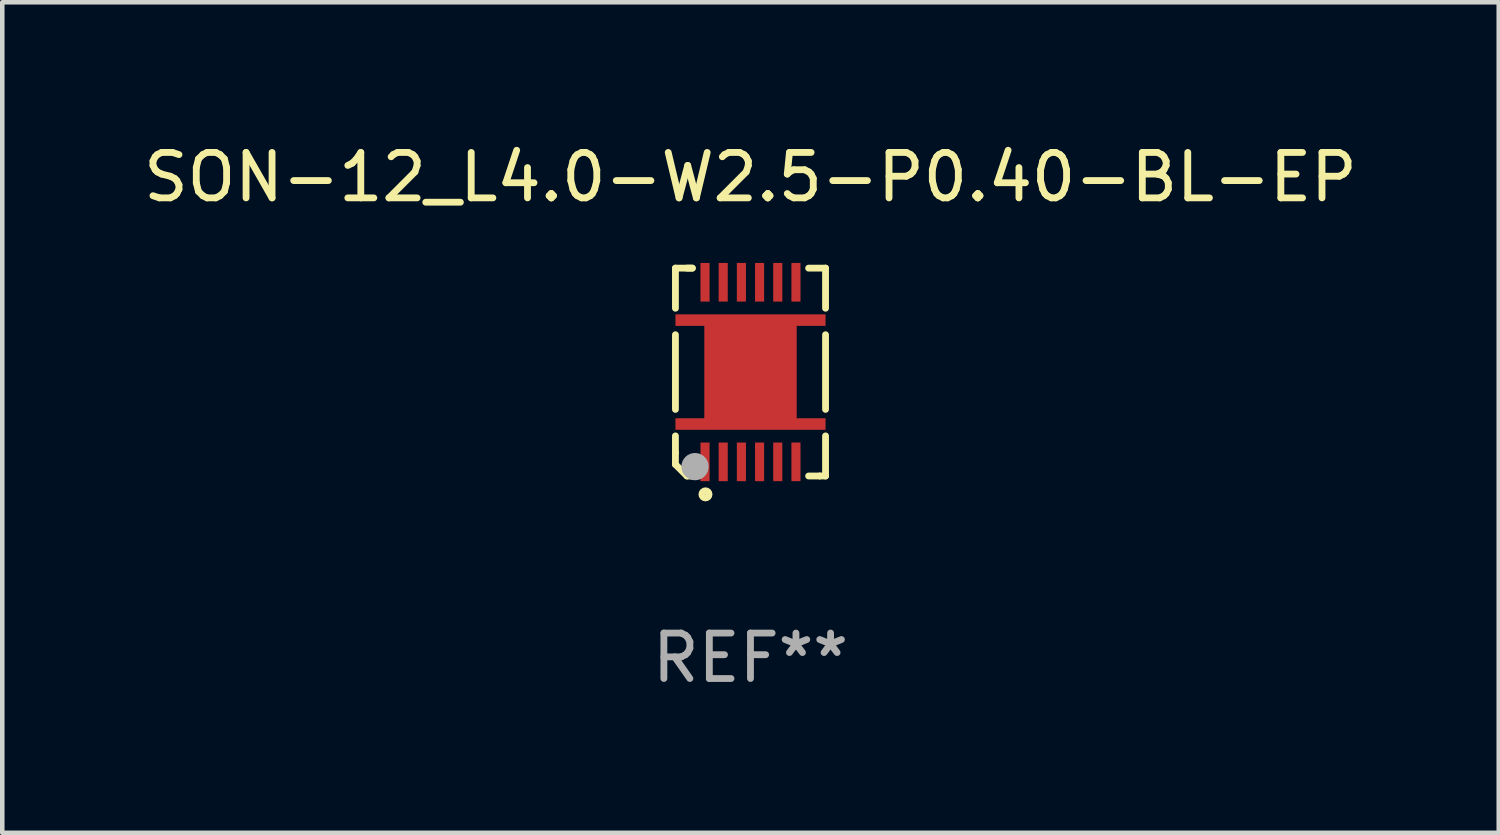
<source format=kicad_pcb>
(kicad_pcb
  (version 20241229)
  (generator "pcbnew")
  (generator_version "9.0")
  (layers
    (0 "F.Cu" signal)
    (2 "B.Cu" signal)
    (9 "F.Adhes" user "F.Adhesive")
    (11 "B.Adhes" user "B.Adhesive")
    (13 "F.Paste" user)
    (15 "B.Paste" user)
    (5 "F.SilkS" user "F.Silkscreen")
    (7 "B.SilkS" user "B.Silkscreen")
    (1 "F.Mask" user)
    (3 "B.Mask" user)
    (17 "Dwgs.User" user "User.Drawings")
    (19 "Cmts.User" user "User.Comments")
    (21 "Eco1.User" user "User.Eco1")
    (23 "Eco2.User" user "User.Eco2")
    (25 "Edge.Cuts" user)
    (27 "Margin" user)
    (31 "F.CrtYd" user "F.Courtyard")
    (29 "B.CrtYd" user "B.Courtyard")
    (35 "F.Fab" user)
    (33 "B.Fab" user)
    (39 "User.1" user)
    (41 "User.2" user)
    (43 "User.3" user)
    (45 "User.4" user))
  (footprint "SON-12_L4.0-W2.5-P0.40-BL-EP"
    (layer "F.Cu")
    (at 13.458 5.134)
    (property "Reference" "SON-12_L4.0-W2.5-P0.40-BL-EP" (at -0.000064 -4.286 0) (layer "F.SilkS") (effects (font (size 1 1) (thickness 0.15))))
    (attr smd)
    (fp_line (start -1.651 -2.286) (end -1.651 -1.404) (stroke (width 0.15) (type solid)) (layer "F.SilkS"))
    (fp_line (start -1.651 -0.821) (end -1.651 0.821) (stroke (width 0.15) (type solid)) (layer "F.SilkS"))
    (fp_line (start -1.651 1.404) (end -1.651 1.778) (stroke (width 0.15) (type solid)) (layer "F.SilkS"))
    (fp_line (start -1.651 1.778) (end -1.651 2.032) (stroke (width 0.15) (type solid)) (layer "F.SilkS"))
    (fp_line (start -1.651 2.032) (end -1.397 2.286) (stroke (width 0.15) (type solid)) (layer "F.SilkS"))
    (fp_line (start -1.397 2.286) (end -1.279 2.286) (stroke (width 0.15) (type solid)) (layer "F.SilkS"))
    (fp_line (start -1.279 -2.286) (end -1.651 -2.286) (stroke (width 0.15) (type solid)) (layer "F.SilkS"))
    (fp_line (start -1.279 -2.286) (end -1.397 -2.286) (stroke (width 0.15) (type solid)) (layer "F.SilkS"))
    (fp_line (start 1.279 2.286) (end 1.524 2.286) (stroke (width 0.15) (type solid)) (layer "F.SilkS"))
    (fp_line (start 1.524 2.286) (end 1.651 2.286) (stroke (width 0.15) (type solid)) (layer "F.SilkS"))
    (fp_line (start 1.651 0.821) (end 1.651 -0.821) (stroke (width 0.15) (type solid)) (layer "F.SilkS"))
    (fp_line (start 1.651 2.286) (end 1.651 1.404) (stroke (width 0.15) (type solid)) (layer "F.SilkS"))
    (fp_line (start 1.651 -2.286) (end 1.279 -2.286) (stroke (width 0.15) (type solid)) (layer "F.SilkS"))
    (fp_line (start 1.651 -1.404) (end 1.651 -2.286) (stroke (width 0.15) (type solid)) (layer "F.SilkS"))
    (fp_circle (center -1.25 2) (end -1.22 2) (stroke (width 0.06) (type solid)) (fill no) (layer "F.SilkS"))
    (fp_circle (center -0.99 2.69) (end -0.911 2.69) (stroke (width 0.15) (type solid)) (fill no) (layer "F.SilkS"))
    (fp_circle (center -1.22 2.08) (end -1.07 2.08) (stroke (width 0.3) (type solid)) (fill no) (layer "F.Fab"))
    (fp_text user "REF**" (at -0.000064 6.286 0) (layer "F.Fab") (effects (font (size 1 1) (thickness 0.15))))
    (pad "1" smd rect (at -1 1.975) (size 0.2 0.85) (layers "F.Cu" "F.Mask" "F.Paste"))
    (pad "2" smd rect (at -0.6 1.975) (size 0.2 0.85) (layers "F.Cu" "F.Mask" "F.Paste"))
    (pad "3" smd rect (at -0.2 1.975) (size 0.2 0.85) (layers "F.Cu" "F.Mask" "F.Paste"))
    (pad "4" smd rect (at 0.2 1.975) (size 0.2 0.85) (layers "F.Cu" "F.Mask" "F.Paste"))
    (pad "5" smd rect (at 0.6 1.975) (size 0.2 0.85) (layers "F.Cu" "F.Mask" "F.Paste"))
    (pad "6" smd rect (at 1 1.975) (size 0.2 0.85) (layers "F.Cu" "F.Mask" "F.Paste"))
    (pad "7" smd rect (at 1 -1.975) (size 0.2 0.85) (layers "F.Cu" "F.Mask" "F.Paste"))
    (pad "8" smd rect (at 0.6 -1.975) (size 0.2 0.85) (layers "F.Cu" "F.Mask" "F.Paste"))
    (pad "9" smd rect (at 0.2 -1.975) (size 0.2 0.85) (layers "F.Cu" "F.Mask" "F.Paste"))
    (pad "10" smd rect (at -0.2 -1.975) (size 0.2 0.85) (layers "F.Cu" "F.Mask" "F.Paste"))
    (pad "11" smd rect (at -0.6 -1.975) (size 0.2 0.85) (layers "F.Cu" "F.Mask" "F.Paste"))
    (pad "12" smd rect (at -1 -1.975) (size 0.2 0.85) (layers "F.Cu" "F.Mask" "F.Paste"))
    (pad "13" smd custom (at 0.000254 0.000127) (size 0.1 0.1) (layers "F.Cu" "F.Mask" "F.Paste") (options (anchor circle)) (primitives (gr_poly (pts (xy -1.651 -1.27) (xy 1.651 -1.27) (xy 1.651 -1.016) (xy 1.016 -1.016) (xy 1.016 1.016) (xy 1.651 1.016) (xy 1.651 1.27) (xy -1.651 1.27) (xy -1.651 1.016) (xy -1.016 1.016) (xy -1.016 -1.016) (xy -1.651 -1.016)) (width 0) (fill yes)))))
  (gr_rect
    (start -3 -3)
    (end 29.917 15.269)
    (stroke (width 0.1) (type default))
    (fill no)
    (layer "Edge.Cuts")))
</source>
